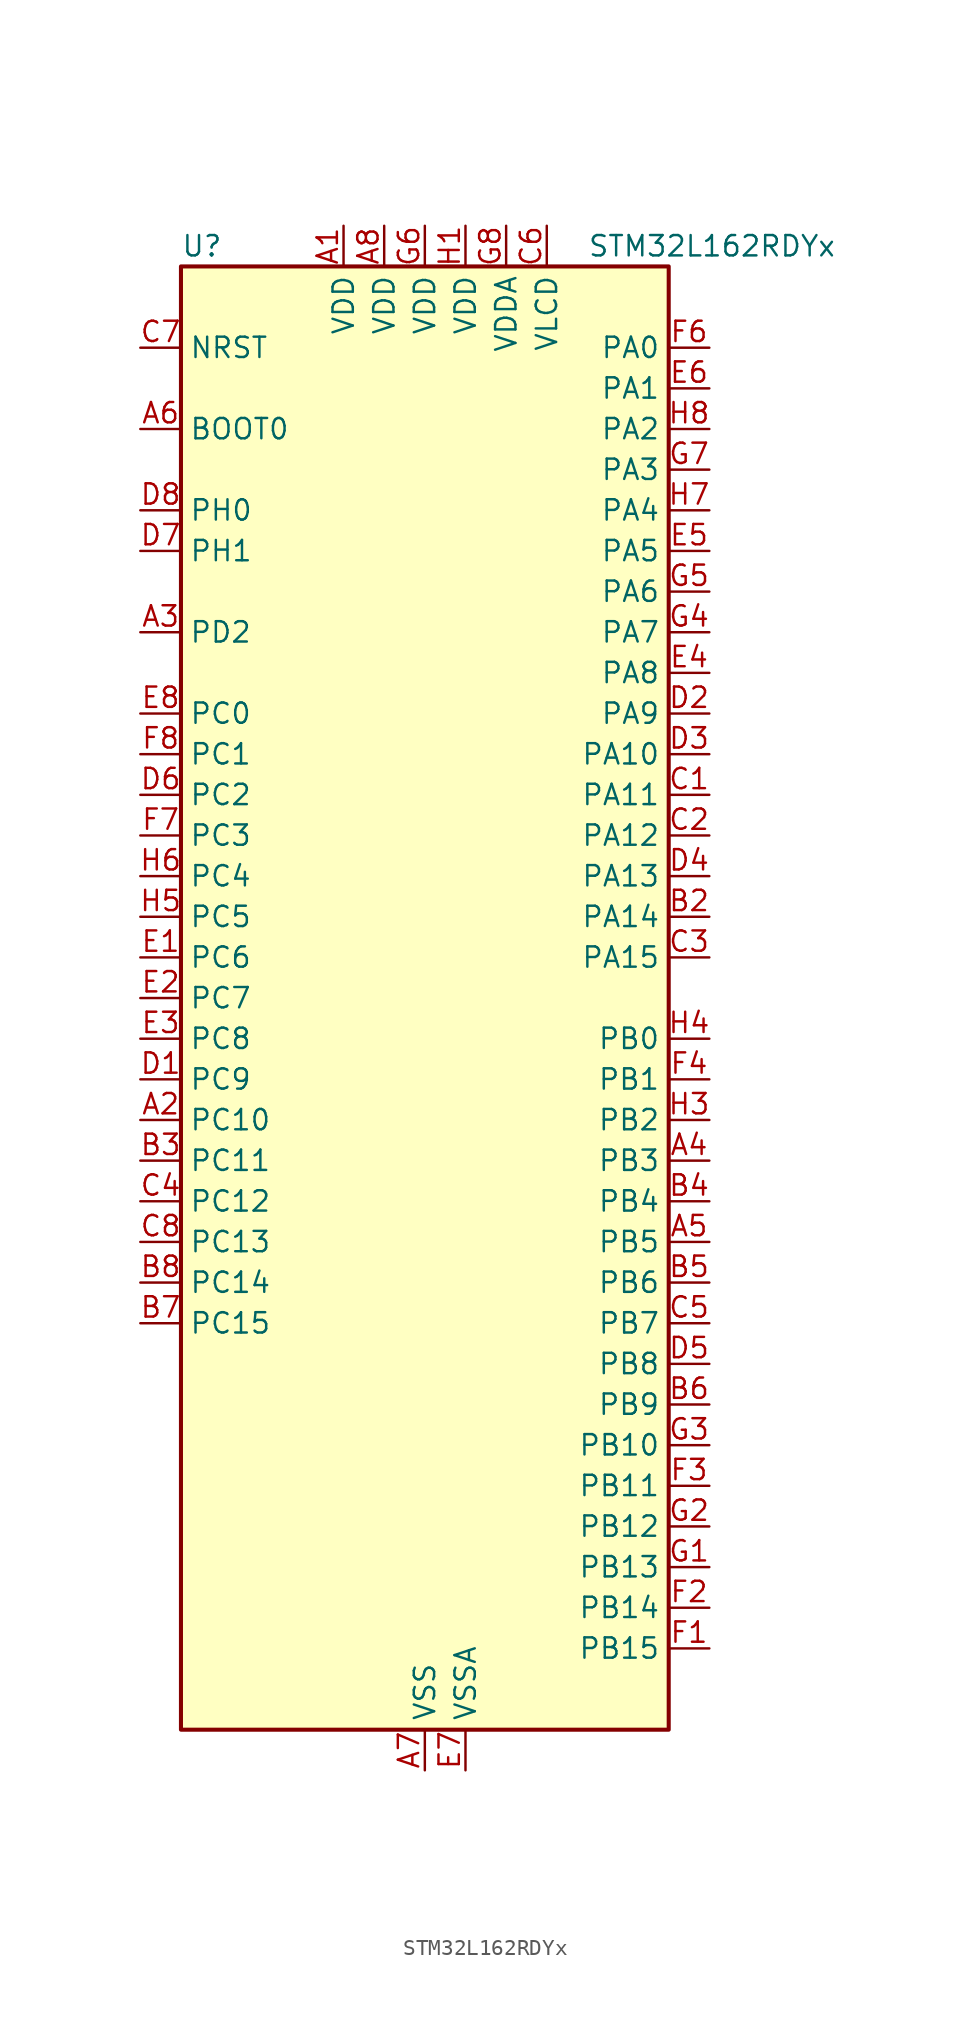
<source format=kicad_sym>
(kicad_symbol_lib
  (version 20241209)
  (generator "kicad_symbol_editor")
  (generator_version "9.0")
  (symbol "STM32L162RDYx"
    (property "Reference" "U"
      (at -15.24 46.99 0)
      (effects (font (size 1.27 1.27)) (justify left)))
    (property "Value" "STM32L162RDYx"
      (at 10.16 46.99 0)
      (effects (font (size 1.27 1.27)) (justify left)))
    (symbol "STM32L162RDYx_0_1"
      (rectangle (start -15.24 -45.72) (end 15.24 45.72) (stroke (width 0.254) (type default)) (fill (type background))))
    (symbol "STM32L162RDYx_1_1"
      (pin input line (at -17.78 40.64 0) (length 2.54) (name "NRST" (effects (font (size 1.27 1.27)))) (number "C7" (effects (font (size 1.27 1.27)))))
      (pin input line (at -17.78 35.56 0) (length 2.54) (name "BOOT0" (effects (font (size 1.27 1.27)))) (number "A6" (effects (font (size 1.27 1.27)))))
      (pin bidirectional line (at -17.78 30.48 0) (length 2.54) (name "PH0" (effects (font (size 1.27 1.27)))) (number "D8" (effects (font (size 1.27 1.27)))) (alternate "RCC_OSC_IN" bidirectional line))
      (pin bidirectional line (at -17.78 27.94 0) (length 2.54) (name "PH1" (effects (font (size 1.27 1.27)))) (number "D7" (effects (font (size 1.27 1.27)))) (alternate "RCC_OSC_OUT" bidirectional line))
      (pin bidirectional line (at -17.78 22.86 0) (length 2.54) (name "PD2" (effects (font (size 1.27 1.27)))) (number "A3" (effects (font (size 1.27 1.27)))) (alternate "LCD_COM7" bidirectional line) (alternate "LCD_SEG31" bidirectional line) (alternate "LCD_SEG43" bidirectional line) (alternate "SDIO_CMD" bidirectional line) (alternate "TIM3_ETR" bidirectional line) (alternate "TIMX_IC3" bidirectional line) (alternate "UART5_RX" bidirectional line))
      (pin bidirectional line (at -17.78 17.78 0) (length 2.54) (name "PC0" (effects (font (size 1.27 1.27)))) (number "E8" (effects (font (size 1.27 1.27)))) (alternate "ADC_IN10" bidirectional line) (alternate "COMP1_INP" bidirectional line) (alternate "LCD_SEG18" bidirectional line) (alternate "TIMX_IC1" bidirectional line) (alternate "TS_G8_IO1" bidirectional line))
      (pin bidirectional line (at -17.78 15.24 0) (length 2.54) (name "PC1" (effects (font (size 1.27 1.27)))) (number "F8" (effects (font (size 1.27 1.27)))) (alternate "ADC_IN11" bidirectional line) (alternate "COMP1_INP" bidirectional line) (alternate "LCD_SEG19" bidirectional line) (alternate "OPAMP3_VINP" bidirectional line) (alternate "TIMX_IC2" bidirectional line) (alternate "TS_G8_IO2" bidirectional line))
      (pin bidirectional line (at -17.78 12.7 0) (length 2.54) (name "PC2" (effects (font (size 1.27 1.27)))) (number "D6" (effects (font (size 1.27 1.27)))) (alternate "ADC_IN12" bidirectional line) (alternate "COMP1_INP" bidirectional line) (alternate "LCD_SEG20" bidirectional line) (alternate "OPAMP3_VINM" bidirectional line) (alternate "TIMX_IC3" bidirectional line) (alternate "TS_G8_IO3" bidirectional line))
      (pin bidirectional line (at -17.78 10.16 0) (length 2.54) (name "PC3" (effects (font (size 1.27 1.27)))) (number "F7" (effects (font (size 1.27 1.27)))) (alternate "ADC_IN13" bidirectional line) (alternate "COMP1_INP" bidirectional line) (alternate "LCD_SEG21" bidirectional line) (alternate "OPAMP3_VOUT" bidirectional line) (alternate "TIMX_IC4" bidirectional line) (alternate "TS_G8_IO4" bidirectional line))
      (pin bidirectional line (at -17.78 7.62 0) (length 2.54) (name "PC4" (effects (font (size 1.27 1.27)))) (number "H6" (effects (font (size 1.27 1.27)))) (alternate "ADC_IN14" bidirectional line) (alternate "COMP1_INP" bidirectional line) (alternate "LCD_SEG22" bidirectional line) (alternate "TIMX_IC1" bidirectional line) (alternate "TS_G9_IO1" bidirectional line))
      (pin bidirectional line (at -17.78 5.08 0) (length 2.54) (name "PC5" (effects (font (size 1.27 1.27)))) (number "H5" (effects (font (size 1.27 1.27)))) (alternate "ADC_IN15" bidirectional line) (alternate "COMP1_INP" bidirectional line) (alternate "LCD_SEG23" bidirectional line) (alternate "TIMX_IC2" bidirectional line) (alternate "TS_G9_IO2" bidirectional line))
      (pin bidirectional line (at -17.78 2.54 0) (length 2.54) (name "PC6" (effects (font (size 1.27 1.27)))) (number "E1" (effects (font (size 1.27 1.27)))) (alternate "I2S2_MCK" bidirectional line) (alternate "LCD_SEG24" bidirectional line) (alternate "SDIO_D6" bidirectional line) (alternate "TIM3_CH1" bidirectional line) (alternate "TIMX_IC3" bidirectional line) (alternate "TS_G10_IO1" bidirectional line))
      (pin bidirectional line (at -17.78 0 0) (length 2.54) (name "PC7" (effects (font (size 1.27 1.27)))) (number "E2" (effects (font (size 1.27 1.27)))) (alternate "I2S3_MCK" bidirectional line) (alternate "LCD_SEG25" bidirectional line) (alternate "SDIO_D7" bidirectional line) (alternate "TIM3_CH2" bidirectional line) (alternate "TIMX_IC4" bidirectional line) (alternate "TS_G10_IO2" bidirectional line))
      (pin bidirectional line (at -17.78 -2.54 0) (length 2.54) (name "PC8" (effects (font (size 1.27 1.27)))) (number "E3" (effects (font (size 1.27 1.27)))) (alternate "LCD_SEG26" bidirectional line) (alternate "SDIO_D0" bidirectional line) (alternate "TIM3_CH3" bidirectional line) (alternate "TIMX_IC1" bidirectional line) (alternate "TS_G10_IO3" bidirectional line))
      (pin bidirectional line (at -17.78 -5.08 0) (length 2.54) (name "PC9" (effects (font (size 1.27 1.27)))) (number "D1" (effects (font (size 1.27 1.27)))) (alternate "DAC_EXTI9" bidirectional line) (alternate "LCD_SEG27" bidirectional line) (alternate "SDIO_D1" bidirectional line) (alternate "TIM3_CH4" bidirectional line) (alternate "TIMX_IC2" bidirectional line) (alternate "TS_G10_IO4" bidirectional line))
      (pin bidirectional line (at -17.78 -7.62 0) (length 2.54) (name "PC10" (effects (font (size 1.27 1.27)))) (number "A2" (effects (font (size 1.27 1.27)))) (alternate "I2S3_CK" bidirectional line) (alternate "LCD_COM4" bidirectional line) (alternate "LCD_SEG28" bidirectional line) (alternate "LCD_SEG40" bidirectional line) (alternate "SDIO_D2" bidirectional line) (alternate "SPI3_SCK" bidirectional line) (alternate "TIMX_IC3" bidirectional line) (alternate "UART4_TX" bidirectional line) (alternate "USART3_TX" bidirectional line))
      (pin bidirectional line (at -17.78 -10.16 0) (length 2.54) (name "PC11" (effects (font (size 1.27 1.27)))) (number "B3" (effects (font (size 1.27 1.27)))) (alternate "ADC_EXTI11" bidirectional line) (alternate "LCD_COM5" bidirectional line) (alternate "LCD_SEG29" bidirectional line) (alternate "LCD_SEG41" bidirectional line) (alternate "SDIO_D3" bidirectional line) (alternate "SPI3_MISO" bidirectional line) (alternate "TIMX_IC4" bidirectional line) (alternate "UART4_RX" bidirectional line) (alternate "USART3_RX" bidirectional line))
      (pin bidirectional line (at -17.78 -12.7 0) (length 2.54) (name "PC12" (effects (font (size 1.27 1.27)))) (number "C4" (effects (font (size 1.27 1.27)))) (alternate "I2S3_SD" bidirectional line) (alternate "LCD_COM6" bidirectional line) (alternate "LCD_SEG30" bidirectional line) (alternate "LCD_SEG42" bidirectional line) (alternate "SDIO_CK" bidirectional line) (alternate "SPI3_MOSI" bidirectional line) (alternate "TIMX_IC1" bidirectional line) (alternate "UART5_TX" bidirectional line) (alternate "USART3_CK" bidirectional line))
      (pin bidirectional line (at -17.78 -15.24 0) (length 2.54) (name "PC13" (effects (font (size 1.27 1.27)))) (number "C8" (effects (font (size 1.27 1.27)))) (alternate "RTC_OUT_ALARM" bidirectional line) (alternate "RTC_OUT_CALIB" bidirectional line) (alternate "RTC_TAMP1" bidirectional line) (alternate "RTC_TS" bidirectional line) (alternate "SYS_WKUP2" bidirectional line) (alternate "TIMX_IC2" bidirectional line))
      (pin bidirectional line (at -17.78 -17.78 0) (length 2.54) (name "PC14" (effects (font (size 1.27 1.27)))) (number "B8" (effects (font (size 1.27 1.27)))) (alternate "RCC_OSC32_IN" bidirectional line) (alternate "TIMX_IC3" bidirectional line))
      (pin bidirectional line (at -17.78 -20.32 0) (length 2.54) (name "PC15" (effects (font (size 1.27 1.27)))) (number "B7" (effects (font (size 1.27 1.27)))) (alternate "ADC_EXTI15" bidirectional line) (alternate "RCC_OSC32_OUT" bidirectional line) (alternate "TIMX_IC4" bidirectional line))
      (pin power_in line (at -5.08 48.26 270) (length 2.54) (name "VDD" (effects (font (size 1.27 1.27)))) (number "A1" (effects (font (size 1.27 1.27)))))
      (pin power_in line (at -2.54 48.26 270) (length 2.54) (name "VDD" (effects (font (size 1.27 1.27)))) (number "A8" (effects (font (size 1.27 1.27)))))
      (pin power_in line (at 0 48.26 270) (length 2.54) (name "VDD" (effects (font (size 1.27 1.27)))) (number "G6" (effects (font (size 1.27 1.27)))))
      (pin power_in line (at 0 -48.26 90) (length 2.54) (name "VSS" (effects (font (size 1.27 1.27)))) (number "A7" (effects (font (size 1.27 1.27)))))
      (pin passive line (at 0 -48.26 90) (length 2.54) (hide yes) (name "VSS" (effects (font (size 1.27 1.27)))) (number "B1" (effects (font (size 1.27 1.27)))))
      (pin passive line (at 0 -48.26 90) (length 2.54) (hide yes) (name "VSS" (effects (font (size 1.27 1.27)))) (number "F5" (effects (font (size 1.27 1.27)))))
      (pin passive line (at 0 -48.26 90) (length 2.54) (hide yes) (name "VSS" (effects (font (size 1.27 1.27)))) (number "H2" (effects (font (size 1.27 1.27)))))
      (pin power_in line (at 2.54 48.26 270) (length 2.54) (name "VDD" (effects (font (size 1.27 1.27)))) (number "H1" (effects (font (size 1.27 1.27)))))
      (pin power_in line (at 2.54 -48.26 90) (length 2.54) (name "VSSA" (effects (font (size 1.27 1.27)))) (number "E7" (effects (font (size 1.27 1.27)))))
      (pin power_in line (at 5.08 48.26 270) (length 2.54) (name "VDDA" (effects (font (size 1.27 1.27)))) (number "G8" (effects (font (size 1.27 1.27)))))
      (pin power_in line (at 7.62 48.26 270) (length 2.54) (name "VLCD" (effects (font (size 1.27 1.27)))) (number "C6" (effects (font (size 1.27 1.27)))))
      (pin bidirectional line (at 17.78 40.64 180) (length 2.54) (name "PA0" (effects (font (size 1.27 1.27)))) (number "F6" (effects (font (size 1.27 1.27)))) (alternate "ADC_IN0" bidirectional line) (alternate "COMP1_INP" bidirectional line) (alternate "RTC_TAMP2" bidirectional line) (alternate "SYS_WKUP1" bidirectional line) (alternate "TIM2_CH1" bidirectional line) (alternate "TIM2_ETR" bidirectional line) (alternate "TIM5_CH1" bidirectional line) (alternate "TIMX_IC1" bidirectional line) (alternate "TS_G1_IO1" bidirectional line) (alternate "USART2_CTS" bidirectional line))
      (pin bidirectional line (at 17.78 38.1 180) (length 2.54) (name "PA1" (effects (font (size 1.27 1.27)))) (number "E6" (effects (font (size 1.27 1.27)))) (alternate "ADC_IN1" bidirectional line) (alternate "COMP1_INP" bidirectional line) (alternate "LCD_SEG0" bidirectional line) (alternate "OPAMP1_VINP" bidirectional line) (alternate "TIM2_CH2" bidirectional line) (alternate "TIM5_CH2" bidirectional line) (alternate "TIMX_IC2" bidirectional line) (alternate "TS_G1_IO2" bidirectional line) (alternate "USART2_RTS" bidirectional line))
      (pin bidirectional line (at 17.78 35.56 180) (length 2.54) (name "PA2" (effects (font (size 1.27 1.27)))) (number "H8" (effects (font (size 1.27 1.27)))) (alternate "ADC_IN2" bidirectional line) (alternate "COMP1_INP" bidirectional line) (alternate "LCD_SEG1" bidirectional line) (alternate "OPAMP1_VINM" bidirectional line) (alternate "TIM2_CH3" bidirectional line) (alternate "TIM5_CH3" bidirectional line) (alternate "TIM9_CH1" bidirectional line) (alternate "TIMX_IC3" bidirectional line) (alternate "TS_G1_IO3" bidirectional line) (alternate "USART2_TX" bidirectional line))
      (pin bidirectional line (at 17.78 33.02 180) (length 2.54) (name "PA3" (effects (font (size 1.27 1.27)))) (number "G7" (effects (font (size 1.27 1.27)))) (alternate "ADC_IN3" bidirectional line) (alternate "COMP1_INP" bidirectional line) (alternate "LCD_SEG2" bidirectional line) (alternate "OPAMP1_VOUT" bidirectional line) (alternate "TIM2_CH4" bidirectional line) (alternate "TIM5_CH4" bidirectional line) (alternate "TIM9_CH2" bidirectional line) (alternate "TIMX_IC4" bidirectional line) (alternate "TS_G1_IO4" bidirectional line) (alternate "USART2_RX" bidirectional line))
      (pin bidirectional line (at 17.78 30.48 180) (length 2.54) (name "PA4" (effects (font (size 1.27 1.27)))) (number "H7" (effects (font (size 1.27 1.27)))) (alternate "ADC_IN4" bidirectional line) (alternate "COMP1_INP" bidirectional line) (alternate "DAC_OUT1" bidirectional line) (alternate "I2S3_WS" bidirectional line) (alternate "SPI1_NSS" bidirectional line) (alternate "SPI3_NSS" bidirectional line) (alternate "TIMX_IC1" bidirectional line) (alternate "USART2_CK" bidirectional line))
      (pin bidirectional line (at 17.78 27.94 180) (length 2.54) (name "PA5" (effects (font (size 1.27 1.27)))) (number "E5" (effects (font (size 1.27 1.27)))) (alternate "ADC_IN5" bidirectional line) (alternate "COMP1_INP" bidirectional line) (alternate "DAC_OUT2" bidirectional line) (alternate "SPI1_SCK" bidirectional line) (alternate "TIM2_CH1" bidirectional line) (alternate "TIM2_ETR" bidirectional line) (alternate "TIMX_IC2" bidirectional line))
      (pin bidirectional line (at 17.78 25.4 180) (length 2.54) (name "PA6" (effects (font (size 1.27 1.27)))) (number "G5" (effects (font (size 1.27 1.27)))) (alternate "ADC_IN6" bidirectional line) (alternate "COMP1_INP" bidirectional line) (alternate "LCD_SEG3" bidirectional line) (alternate "OPAMP2_VINP" bidirectional line) (alternate "SPI1_MISO" bidirectional line) (alternate "TIM10_CH1" bidirectional line) (alternate "TIM3_CH1" bidirectional line) (alternate "TIMX_IC3" bidirectional line) (alternate "TS_G2_IO1" bidirectional line))
      (pin bidirectional line (at 17.78 22.86 180) (length 2.54) (name "PA7" (effects (font (size 1.27 1.27)))) (number "G4" (effects (font (size 1.27 1.27)))) (alternate "ADC_IN7" bidirectional line) (alternate "COMP1_INP" bidirectional line) (alternate "LCD_SEG4" bidirectional line) (alternate "OPAMP2_VINM" bidirectional line) (alternate "SPI1_MOSI" bidirectional line) (alternate "TIM11_CH1" bidirectional line) (alternate "TIM3_CH2" bidirectional line) (alternate "TIMX_IC4" bidirectional line) (alternate "TS_G2_IO2" bidirectional line))
      (pin bidirectional line (at 17.78 20.32 180) (length 2.54) (name "PA8" (effects (font (size 1.27 1.27)))) (number "E4" (effects (font (size 1.27 1.27)))) (alternate "LCD_COM0" bidirectional line) (alternate "RCC_MCO" bidirectional line) (alternate "TIMX_IC1" bidirectional line) (alternate "TS_G4_IO1" bidirectional line) (alternate "USART1_CK" bidirectional line))
      (pin bidirectional line (at 17.78 17.78 180) (length 2.54) (name "PA9" (effects (font (size 1.27 1.27)))) (number "D2" (effects (font (size 1.27 1.27)))) (alternate "DAC_EXTI9" bidirectional line) (alternate "LCD_COM1" bidirectional line) (alternate "TIMX_IC2" bidirectional line) (alternate "TS_G4_IO2" bidirectional line) (alternate "USART1_TX" bidirectional line))
      (pin bidirectional line (at 17.78 15.24 180) (length 2.54) (name "PA10" (effects (font (size 1.27 1.27)))) (number "D3" (effects (font (size 1.27 1.27)))) (alternate "LCD_COM2" bidirectional line) (alternate "TIMX_IC3" bidirectional line) (alternate "TS_G4_IO3" bidirectional line) (alternate "USART1_RX" bidirectional line))
      (pin bidirectional line (at 17.78 12.7 180) (length 2.54) (name "PA11" (effects (font (size 1.27 1.27)))) (number "C1" (effects (font (size 1.27 1.27)))) (alternate "ADC_EXTI11" bidirectional line) (alternate "SPI1_MISO" bidirectional line) (alternate "TIMX_IC4" bidirectional line) (alternate "USART1_CTS" bidirectional line) (alternate "USB_DM" bidirectional line))
      (pin bidirectional line (at 17.78 10.16 180) (length 2.54) (name "PA12" (effects (font (size 1.27 1.27)))) (number "C2" (effects (font (size 1.27 1.27)))) (alternate "SPI1_MOSI" bidirectional line) (alternate "TIMX_IC1" bidirectional line) (alternate "USART1_RTS" bidirectional line) (alternate "USB_DP" bidirectional line))
      (pin bidirectional line (at 17.78 7.62 180) (length 2.54) (name "PA13" (effects (font (size 1.27 1.27)))) (number "D4" (effects (font (size 1.27 1.27)))) (alternate "SYS_JTMS-SWDIO" bidirectional line) (alternate "TIMX_IC2" bidirectional line) (alternate "TS_G5_IO1" bidirectional line))
      (pin bidirectional line (at 17.78 5.08 180) (length 2.54) (name "PA14" (effects (font (size 1.27 1.27)))) (number "B2" (effects (font (size 1.27 1.27)))) (alternate "SYS_JTCK-SWCLK" bidirectional line) (alternate "TIMX_IC3" bidirectional line) (alternate "TS_G5_IO2" bidirectional line))
      (pin bidirectional line (at 17.78 2.54 180) (length 2.54) (name "PA15" (effects (font (size 1.27 1.27)))) (number "C3" (effects (font (size 1.27 1.27)))) (alternate "ADC_EXTI15" bidirectional line) (alternate "I2S3_WS" bidirectional line) (alternate "LCD_SEG17" bidirectional line) (alternate "SPI1_NSS" bidirectional line) (alternate "SPI3_NSS" bidirectional line) (alternate "SYS_JTDI" bidirectional line) (alternate "TIM2_CH1" bidirectional line) (alternate "TIM2_ETR" bidirectional line) (alternate "TIMX_IC4" bidirectional line) (alternate "TS_G5_IO3" bidirectional line))
      (pin bidirectional line (at 17.78 -2.54 180) (length 2.54) (name "PB0" (effects (font (size 1.27 1.27)))) (number "H4" (effects (font (size 1.27 1.27)))) (alternate "ADC_IN8" bidirectional line) (alternate "COMP1_INP" bidirectional line) (alternate "LCD_SEG5" bidirectional line) (alternate "OPAMP2_VOUT" bidirectional line) (alternate "SYS_V_REF_OUT" bidirectional line) (alternate "TIM3_CH3" bidirectional line) (alternate "TS_G3_IO1" bidirectional line))
      (pin bidirectional line (at 17.78 -5.08 180) (length 2.54) (name "PB1" (effects (font (size 1.27 1.27)))) (number "F4" (effects (font (size 1.27 1.27)))) (alternate "ADC_IN9" bidirectional line) (alternate "COMP1_INP" bidirectional line) (alternate "LCD_SEG6" bidirectional line) (alternate "SYS_V_REF_OUT" bidirectional line) (alternate "TIM3_CH4" bidirectional line) (alternate "TS_G3_IO2" bidirectional line))
      (pin bidirectional line (at 17.78 -7.62 180) (length 2.54) (name "PB2" (effects (font (size 1.27 1.27)))) (number "H3" (effects (font (size 1.27 1.27)))) (alternate "TS_G3_IO3" bidirectional line))
      (pin bidirectional line (at 17.78 -10.16 180) (length 2.54) (name "PB3" (effects (font (size 1.27 1.27)))) (number "A4" (effects (font (size 1.27 1.27)))) (alternate "COMP2_INM" bidirectional line) (alternate "I2S3_CK" bidirectional line) (alternate "LCD_SEG7" bidirectional line) (alternate "SPI1_SCK" bidirectional line) (alternate "SPI3_SCK" bidirectional line) (alternate "SYS_JTDO-TRACESWO" bidirectional line) (alternate "TIM2_CH2" bidirectional line))
      (pin bidirectional line (at 17.78 -12.7 180) (length 2.54) (name "PB4" (effects (font (size 1.27 1.27)))) (number "B4" (effects (font (size 1.27 1.27)))) (alternate "COMP2_INP" bidirectional line) (alternate "LCD_SEG8" bidirectional line) (alternate "SPI1_MISO" bidirectional line) (alternate "SPI3_MISO" bidirectional line) (alternate "SYS_JTRST" bidirectional line) (alternate "TIM3_CH1" bidirectional line) (alternate "TS_G6_IO1" bidirectional line))
      (pin bidirectional line (at 17.78 -15.24 180) (length 2.54) (name "PB5" (effects (font (size 1.27 1.27)))) (number "A5" (effects (font (size 1.27 1.27)))) (alternate "COMP2_INP" bidirectional line) (alternate "I2C1_SMBA" bidirectional line) (alternate "I2S3_SD" bidirectional line) (alternate "LCD_SEG9" bidirectional line) (alternate "SPI1_MOSI" bidirectional line) (alternate "SPI3_MOSI" bidirectional line) (alternate "TIM3_CH2" bidirectional line) (alternate "TS_G6_IO2" bidirectional line))
      (pin bidirectional line (at 17.78 -17.78 180) (length 2.54) (name "PB6" (effects (font (size 1.27 1.27)))) (number "B5" (effects (font (size 1.27 1.27)))) (alternate "COMP2_INP" bidirectional line) (alternate "I2C1_SCL" bidirectional line) (alternate "TIM4_CH1" bidirectional line) (alternate "TS_G6_IO3" bidirectional line) (alternate "USART1_TX" bidirectional line))
      (pin bidirectional line (at 17.78 -20.32 180) (length 2.54) (name "PB7" (effects (font (size 1.27 1.27)))) (number "C5" (effects (font (size 1.27 1.27)))) (alternate "COMP2_INP" bidirectional line) (alternate "I2C1_SDA" bidirectional line) (alternate "SYS_PVD_IN" bidirectional line) (alternate "TIM4_CH2" bidirectional line) (alternate "TS_G6_IO4" bidirectional line) (alternate "USART1_RX" bidirectional line))
      (pin bidirectional line (at 17.78 -22.86 180) (length 2.54) (name "PB8" (effects (font (size 1.27 1.27)))) (number "D5" (effects (font (size 1.27 1.27)))) (alternate "I2C1_SCL" bidirectional line) (alternate "LCD_SEG16" bidirectional line) (alternate "SDIO_D4" bidirectional line) (alternate "TIM10_CH1" bidirectional line) (alternate "TIM4_CH3" bidirectional line))
      (pin bidirectional line (at 17.78 -25.4 180) (length 2.54) (name "PB9" (effects (font (size 1.27 1.27)))) (number "B6" (effects (font (size 1.27 1.27)))) (alternate "DAC_EXTI9" bidirectional line) (alternate "I2C1_SDA" bidirectional line) (alternate "LCD_COM3" bidirectional line) (alternate "SDIO_D5" bidirectional line) (alternate "TIM11_CH1" bidirectional line) (alternate "TIM4_CH4" bidirectional line))
      (pin bidirectional line (at 17.78 -27.94 180) (length 2.54) (name "PB10" (effects (font (size 1.27 1.27)))) (number "G3" (effects (font (size 1.27 1.27)))) (alternate "I2C2_SCL" bidirectional line) (alternate "LCD_SEG10" bidirectional line) (alternate "TIM2_CH3" bidirectional line) (alternate "USART3_TX" bidirectional line))
      (pin bidirectional line (at 17.78 -30.48 180) (length 2.54) (name "PB11" (effects (font (size 1.27 1.27)))) (number "F3" (effects (font (size 1.27 1.27)))) (alternate "ADC_EXTI11" bidirectional line) (alternate "I2C2_SDA" bidirectional line) (alternate "LCD_SEG11" bidirectional line) (alternate "TIM2_CH4" bidirectional line) (alternate "USART3_RX" bidirectional line))
      (pin bidirectional line (at 17.78 -33.02 180) (length 2.54) (name "PB12" (effects (font (size 1.27 1.27)))) (number "G2" (effects (font (size 1.27 1.27)))) (alternate "ADC_IN18" bidirectional line) (alternate "COMP1_INP" bidirectional line) (alternate "I2C2_SMBA" bidirectional line) (alternate "I2S2_WS" bidirectional line) (alternate "LCD_SEG12" bidirectional line) (alternate "SPI2_NSS" bidirectional line) (alternate "TIM10_CH1" bidirectional line) (alternate "TS_G7_IO1" bidirectional line) (alternate "USART3_CK" bidirectional line))
      (pin bidirectional line (at 17.78 -35.56 180) (length 2.54) (name "PB13" (effects (font (size 1.27 1.27)))) (number "G1" (effects (font (size 1.27 1.27)))) (alternate "ADC_IN19" bidirectional line) (alternate "COMP1_INP" bidirectional line) (alternate "I2S2_CK" bidirectional line) (alternate "LCD_SEG13" bidirectional line) (alternate "SPI2_SCK" bidirectional line) (alternate "TIM9_CH1" bidirectional line) (alternate "TS_G7_IO2" bidirectional line) (alternate "USART3_CTS" bidirectional line))
      (pin bidirectional line (at 17.78 -38.1 180) (length 2.54) (name "PB14" (effects (font (size 1.27 1.27)))) (number "F2" (effects (font (size 1.27 1.27)))) (alternate "ADC_IN20" bidirectional line) (alternate "COMP1_INP" bidirectional line) (alternate "LCD_SEG14" bidirectional line) (alternate "SPI2_MISO" bidirectional line) (alternate "TIM9_CH2" bidirectional line) (alternate "TS_G7_IO3" bidirectional line) (alternate "USART3_RTS" bidirectional line))
      (pin bidirectional line (at 17.78 -40.64 180) (length 2.54) (name "PB15" (effects (font (size 1.27 1.27)))) (number "F1" (effects (font (size 1.27 1.27)))) (alternate "ADC_EXTI15" bidirectional line) (alternate "ADC_IN21" bidirectional line) (alternate "COMP1_INP" bidirectional line) (alternate "I2S2_SD" bidirectional line) (alternate "LCD_SEG15" bidirectional line) (alternate "RTC_REFIN" bidirectional line) (alternate "SPI2_MOSI" bidirectional line) (alternate "TIM11_CH1" bidirectional line) (alternate "TS_G7_IO4" bidirectional line)))))
</source>
